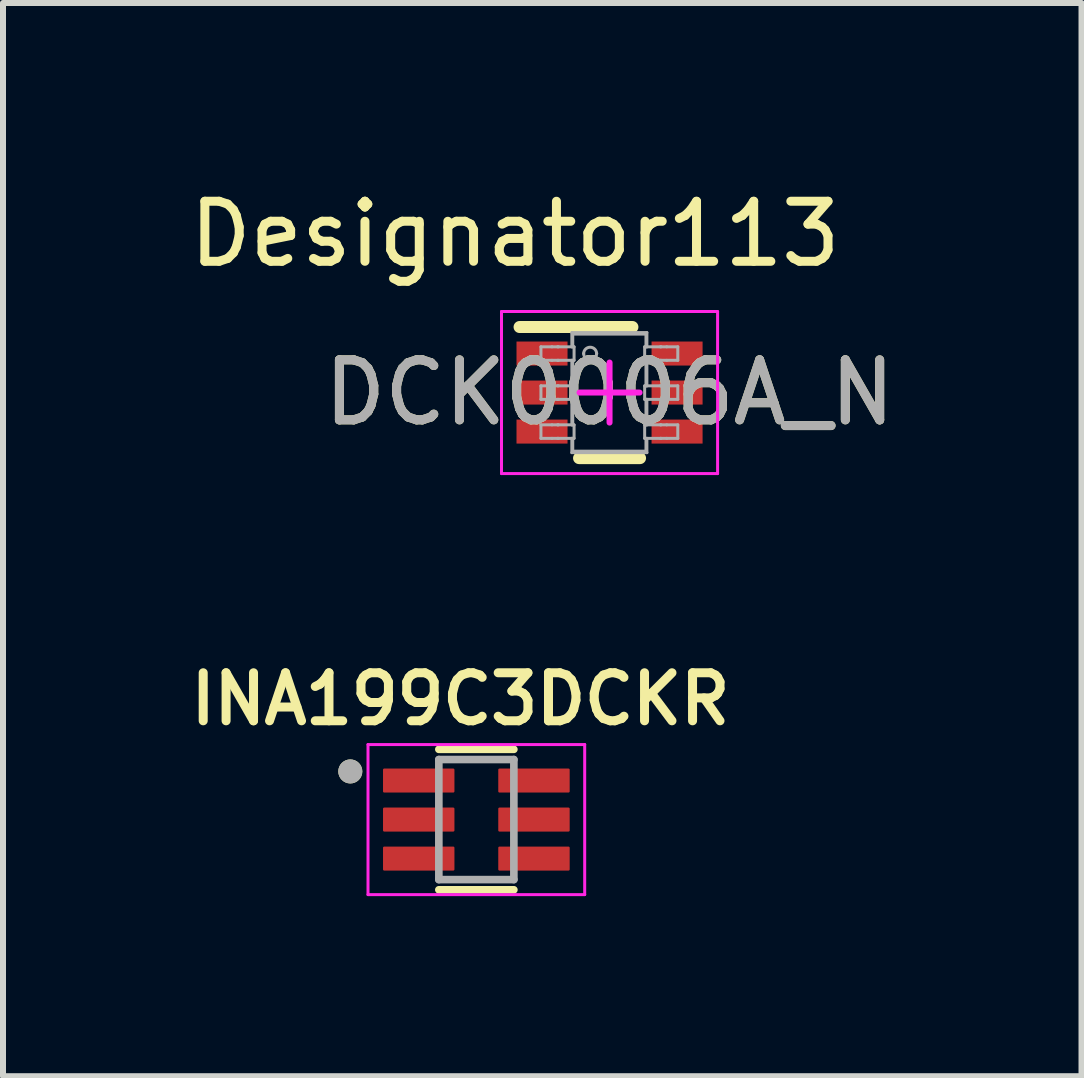
<source format=kicad_pcb>
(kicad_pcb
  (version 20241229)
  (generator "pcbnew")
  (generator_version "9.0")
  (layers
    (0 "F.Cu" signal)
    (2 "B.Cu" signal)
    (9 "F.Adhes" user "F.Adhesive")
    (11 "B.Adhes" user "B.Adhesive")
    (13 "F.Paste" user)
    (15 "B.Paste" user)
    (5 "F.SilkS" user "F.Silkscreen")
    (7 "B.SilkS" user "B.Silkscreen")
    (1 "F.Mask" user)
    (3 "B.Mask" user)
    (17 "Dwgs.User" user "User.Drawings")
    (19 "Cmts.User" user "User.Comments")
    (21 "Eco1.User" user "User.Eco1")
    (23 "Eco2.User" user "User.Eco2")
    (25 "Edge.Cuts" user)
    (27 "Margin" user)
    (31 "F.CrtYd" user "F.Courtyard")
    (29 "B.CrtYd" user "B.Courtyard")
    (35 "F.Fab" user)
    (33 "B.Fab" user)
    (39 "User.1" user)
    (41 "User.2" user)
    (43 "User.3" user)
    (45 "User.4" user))
  (footprint "INA199C3DCKR "
    (layer "F.Cu")
    (at 4.886 10.604)
    (property "Reference" "INA199C3DCKR " (at 0.04 -2.008 0) (layer "F.SilkS") (effects (font (size 0.8 0.8) (thickness 0.15))))
    (attr smd)
    (fp_line (start -0.625 -1.17) (end 0.625 -1.17) (stroke (width 0.127) (type solid)) (layer "F.SilkS"))
    (fp_line (start -0.625 1.17) (end 0.625 1.17) (stroke (width 0.127) (type solid)) (layer "F.SilkS"))
    (fp_circle (center -2.1 -0.802) (end -2 -0.802) (stroke (width 0.2) (type solid)) (fill no) (layer "F.SilkS"))
    (fp_line (start -1.805 -1.25) (end -1.805 1.25) (stroke (width 0.05) (type solid)) (layer "F.CrtYd"))
    (fp_line (start -1.805 1.25) (end 1.805 1.25) (stroke (width 0.05) (type solid)) (layer "F.CrtYd"))
    (fp_line (start 1.805 -1.25) (end -1.805 -1.25) (stroke (width 0.05) (type solid)) (layer "F.CrtYd"))
    (fp_line (start 1.805 1.25) (end 1.805 -1.25) (stroke (width 0.05) (type solid)) (layer "F.CrtYd"))
    (fp_line (start -0.625 -1) (end -0.625 1) (stroke (width 0.127) (type solid)) (layer "F.Fab"))
    (fp_line (start -0.625 1) (end 0.625 1) (stroke (width 0.127) (type solid)) (layer "F.Fab"))
    (fp_line (start 0.625 -1) (end -0.625 -1) (stroke (width 0.127) (type solid)) (layer "F.Fab"))
    (fp_line (start 0.625 1) (end 0.625 -1) (stroke (width 0.127) (type solid)) (layer "F.Fab"))
    (fp_circle (center -2.1 -0.802) (end -2 -0.802) (stroke (width 0.2) (type solid)) (fill no) (layer "F.Fab"))
    (pad "1" smd roundrect (at -0.96 -0.65) (size 1.19 0.4) (layers "F.Cu" "F.Mask" "F.Paste") (roundrect_rratio 0.05))
    (pad "2" smd roundrect (at -0.96 0) (size 1.19 0.4) (layers "F.Cu" "F.Mask" "F.Paste") (roundrect_rratio 0.05))
    (pad "3" smd roundrect (at -0.96 0.65) (size 1.19 0.4) (layers "F.Cu" "F.Mask" "F.Paste") (roundrect_rratio 0.05))
    (pad "4" smd roundrect (at 0.96 0.65) (size 1.19 0.4) (layers "F.Cu" "F.Mask" "F.Paste") (roundrect_rratio 0.05))
    (pad "5" smd roundrect (at 0.96 0) (size 1.19 0.4) (layers "F.Cu" "F.Mask" "F.Paste") (roundrect_rratio 0.05))
    (pad "6" smd roundrect (at 0.96 -0.65) (size 1.19 0.4) (layers "F.Cu" "F.Mask" "F.Paste") (roundrect_rratio 0.05)))
  (footprint "DCK0006A_N"
    (layer "F.Cu")
    (at 7.105 3.49)
    (property "Reference" "DCK0006A_N" (at 0 0 0) (unlocked yes) (layer "F.SilkS") (effects (font (size 1 1) (thickness 0.15))))
    (attr smd)
    (fp_line (start -1.499 -1.092) (end 0.381 -1.092) (stroke (width 0.2) (type solid)) (layer "F.SilkS"))
    (fp_line (start -0.508 1.092) (end 0.508 1.092) (stroke (width 0.2) (type solid)) (layer "F.SilkS"))
    (fp_line (start -1.8 -1.35) (end 1.8 -1.35) (stroke (width 0.05) (type solid)) (layer "F.CrtYd"))
    (fp_line (start -1.8 1.35) (end -1.8 -1.35) (stroke (width 0.05) (type solid)) (layer "F.CrtYd"))
    (fp_line (start -1.8 1.35) (end 1.8 1.35) (stroke (width 0.05) (type solid)) (layer "F.CrtYd"))
    (fp_line (start -0.5 0) (end 0.5 0) (stroke (width 0.1) (type solid)) (layer "F.CrtYd"))
    (fp_line (start -0.000003 0.5) (end -0.000003 -0.5) (stroke (width 0.1) (type solid)) (layer "F.CrtYd"))
    (fp_line (start 1.8 1.35) (end 1.8 -1.35) (stroke (width 0.05) (type solid)) (layer "F.CrtYd"))
    (fp_line (start -1.143 -0.762) (end -0.959 -0.762) (stroke (width 0.05) (type solid)) (layer "F.Fab"))
    (fp_line (start -1.143 -0.537) (end -1.143 -0.762) (stroke (width 0.05) (type solid)) (layer "F.Fab"))
    (fp_line (start -1.143 -0.537) (end -0.959 -0.537) (stroke (width 0.05) (type solid)) (layer "F.Fab"))
    (fp_line (start -1.143 -0.112) (end -0.959 -0.112) (stroke (width 0.05) (type solid)) (layer "F.Fab"))
    (fp_line (start -1.143 0.113) (end -1.143 -0.112) (stroke (width 0.05) (type solid)) (layer "F.Fab"))
    (fp_line (start -1.143 0.113) (end -0.959 0.113) (stroke (width 0.05) (type solid)) (layer "F.Fab"))
    (fp_line (start -1.143 0.538) (end -0.959 0.538) (stroke (width 0.05) (type solid)) (layer "F.Fab"))
    (fp_line (start -1.143 0.763) (end -1.143 0.538) (stroke (width 0.05) (type solid)) (layer "F.Fab"))
    (fp_line (start -1.143 0.763) (end -0.959 0.763) (stroke (width 0.05) (type solid)) (layer "F.Fab"))
    (fp_line (start -0.959 -0.762) (end -0.865 -0.762) (stroke (width 0.05) (type solid)) (layer "F.Fab"))
    (fp_line (start -0.959 -0.537) (end -0.865 -0.537) (stroke (width 0.05) (type solid)) (layer "F.Fab"))
    (fp_line (start -0.959 -0.112) (end -0.865 -0.112) (stroke (width 0.05) (type solid)) (layer "F.Fab"))
    (fp_line (start -0.959 0.113) (end -0.865 0.113) (stroke (width 0.05) (type solid)) (layer "F.Fab"))
    (fp_line (start -0.959 0.538) (end -0.865 0.538) (stroke (width 0.05) (type solid)) (layer "F.Fab"))
    (fp_line (start -0.959 0.763) (end -0.865 0.763) (stroke (width 0.05) (type solid)) (layer "F.Fab"))
    (fp_line (start -0.865 -0.762) (end -0.853 -0.762) (stroke (width 0.05) (type solid)) (layer "F.Fab"))
    (fp_line (start -0.865 -0.537) (end -0.853 -0.537) (stroke (width 0.05) (type solid)) (layer "F.Fab"))
    (fp_line (start -0.865 -0.112) (end -0.853 -0.112) (stroke (width 0.05) (type solid)) (layer "F.Fab"))
    (fp_line (start -0.865 0.113) (end -0.853 0.113) (stroke (width 0.05) (type solid)) (layer "F.Fab"))
    (fp_line (start -0.865 0.538) (end -0.853 0.538) (stroke (width 0.05) (type solid)) (layer "F.Fab"))
    (fp_line (start -0.865 0.763) (end -0.853 0.763) (stroke (width 0.05) (type solid)) (layer "F.Fab"))
    (fp_line (start -0.853 -0.762) (end -0.628 -0.762) (stroke (width 0.05) (type solid)) (layer "F.Fab"))
    (fp_line (start -0.853 -0.537) (end -0.628 -0.537) (stroke (width 0.05) (type solid)) (layer "F.Fab"))
    (fp_line (start -0.853 -0.112) (end -0.628 -0.112) (stroke (width 0.05) (type solid)) (layer "F.Fab"))
    (fp_line (start -0.853 0.113) (end -0.628 0.113) (stroke (width 0.05) (type solid)) (layer "F.Fab"))
    (fp_line (start -0.853 0.538) (end -0.628 0.538) (stroke (width 0.05) (type solid)) (layer "F.Fab"))
    (fp_line (start -0.853 0.763) (end -0.628 0.763) (stroke (width 0.05) (type solid)) (layer "F.Fab"))
    (fp_line (start -0.628 -0.999) (end 0.622 -0.999) (stroke (width 0.05) (type solid)) (layer "F.Fab"))
    (fp_line (start -0.628 -0.762) (end -0.628 -0.999) (stroke (width 0.05) (type solid)) (layer "F.Fab"))
    (fp_line (start -0.628 -0.762) (end -0.591 -0.762) (stroke (width 0.05) (type solid)) (layer "F.Fab"))
    (fp_line (start -0.628 -0.537) (end -0.591 -0.537) (stroke (width 0.05) (type solid)) (layer "F.Fab"))
    (fp_line (start -0.628 -0.112) (end -0.628 -0.537) (stroke (width 0.05) (type solid)) (layer "F.Fab"))
    (fp_line (start -0.628 -0.112) (end -0.591 -0.112) (stroke (width 0.05) (type solid)) (layer "F.Fab"))
    (fp_line (start -0.628 0.113) (end -0.591 0.113) (stroke (width 0.05) (type solid)) (layer "F.Fab"))
    (fp_line (start -0.628 0.538) (end -0.628 0.113) (stroke (width 0.05) (type solid)) (layer "F.Fab"))
    (fp_line (start -0.628 0.538) (end -0.591 0.538) (stroke (width 0.05) (type solid)) (layer "F.Fab"))
    (fp_line (start -0.628 0.763) (end -0.591 0.763) (stroke (width 0.05) (type solid)) (layer "F.Fab"))
    (fp_line (start -0.628 1.001) (end -0.628 0.763) (stroke (width 0.05) (type solid)) (layer "F.Fab"))
    (fp_line (start -0.628 1.001) (end 0.622 1.001) (stroke (width 0.05) (type solid)) (layer "F.Fab"))
    (fp_line (start -0.613 -0.974) (end 0.607 -0.974) (stroke (width 0.05) (type solid)) (layer "F.Fab"))
    (fp_line (start -0.613 -0.762) (end -0.613 -0.974) (stroke (width 0.05) (type solid)) (layer "F.Fab"))
    (fp_line (start -0.613 -0.112) (end -0.613 -0.537) (stroke (width 0.05) (type solid)) (layer "F.Fab"))
    (fp_line (start -0.613 0.538) (end -0.613 0.113) (stroke (width 0.05) (type solid)) (layer "F.Fab"))
    (fp_line (start -0.613 0.976) (end -0.613 0.763) (stroke (width 0.05) (type solid)) (layer "F.Fab"))
    (fp_line (start -0.613 0.976) (end 0.607 0.976) (stroke (width 0.05) (type solid)) (layer "F.Fab"))
    (fp_line (start -0.591 -0.537) (end -0.591 -0.762) (stroke (width 0.05) (type solid)) (layer "F.Fab"))
    (fp_line (start -0.591 0.113) (end -0.591 -0.112) (stroke (width 0.05) (type solid)) (layer "F.Fab"))
    (fp_line (start -0.591 0.763) (end -0.591 0.538) (stroke (width 0.05) (type solid)) (layer "F.Fab"))
    (fp_line (start 0.585 -0.762) (end 0.622 -0.762) (stroke (width 0.05) (type solid)) (layer "F.Fab"))
    (fp_line (start 0.585 -0.537) (end 0.585 -0.762) (stroke (width 0.05) (type solid)) (layer "F.Fab"))
    (fp_line (start 0.585 -0.537) (end 0.622 -0.537) (stroke (width 0.05) (type solid)) (layer "F.Fab"))
    (fp_line (start 0.585 -0.112) (end 0.622 -0.112) (stroke (width 0.05) (type solid)) (layer "F.Fab"))
    (fp_line (start 0.585 0.113) (end 0.585 -0.112) (stroke (width 0.05) (type solid)) (layer "F.Fab"))
    (fp_line (start 0.585 0.113) (end 0.622 0.113) (stroke (width 0.05) (type solid)) (layer "F.Fab"))
    (fp_line (start 0.585 0.538) (end 0.622 0.538) (stroke (width 0.05) (type solid)) (layer "F.Fab"))
    (fp_line (start 0.585 0.763) (end 0.585 0.538) (stroke (width 0.05) (type solid)) (layer "F.Fab"))
    (fp_line (start 0.585 0.763) (end 0.622 0.763) (stroke (width 0.05) (type solid)) (layer "F.Fab"))
    (fp_line (start 0.607 -0.762) (end 0.607 -0.974) (stroke (width 0.05) (type solid)) (layer "F.Fab"))
    (fp_line (start 0.607 -0.112) (end 0.607 -0.537) (stroke (width 0.05) (type solid)) (layer "F.Fab"))
    (fp_line (start 0.607 0.538) (end 0.607 0.113) (stroke (width 0.05) (type solid)) (layer "F.Fab"))
    (fp_line (start 0.607 0.976) (end 0.607 0.763) (stroke (width 0.05) (type solid)) (layer "F.Fab"))
    (fp_line (start 0.622 -0.762) (end 0.622 -0.999) (stroke (width 0.05) (type solid)) (layer "F.Fab"))
    (fp_line (start 0.622 -0.762) (end 0.847 -0.762) (stroke (width 0.05) (type solid)) (layer "F.Fab"))
    (fp_line (start 0.622 -0.537) (end 0.847 -0.537) (stroke (width 0.05) (type solid)) (layer "F.Fab"))
    (fp_line (start 0.622 -0.112) (end 0.622 -0.537) (stroke (width 0.05) (type solid)) (layer "F.Fab"))
    (fp_line (start 0.622 -0.112) (end 0.847 -0.112) (stroke (width 0.05) (type solid)) (layer "F.Fab"))
    (fp_line (start 0.622 0.113) (end 0.847 0.113) (stroke (width 0.05) (type solid)) (layer "F.Fab"))
    (fp_line (start 0.622 0.538) (end 0.622 0.113) (stroke (width 0.05) (type solid)) (layer "F.Fab"))
    (fp_line (start 0.622 0.538) (end 0.847 0.538) (stroke (width 0.05) (type solid)) (layer "F.Fab"))
    (fp_line (start 0.622 0.763) (end 0.847 0.763) (stroke (width 0.05) (type solid)) (layer "F.Fab"))
    (fp_line (start 0.622 1.001) (end 0.622 0.763) (stroke (width 0.05) (type solid)) (layer "F.Fab"))
    (fp_line (start 0.847 -0.762) (end 0.859 -0.762) (stroke (width 0.05) (type solid)) (layer "F.Fab"))
    (fp_line (start 0.847 -0.537) (end 0.859 -0.537) (stroke (width 0.05) (type solid)) (layer "F.Fab"))
    (fp_line (start 0.847 -0.112) (end 0.859 -0.112) (stroke (width 0.05) (type solid)) (layer "F.Fab"))
    (fp_line (start 0.847 0.113) (end 0.859 0.113) (stroke (width 0.05) (type solid)) (layer "F.Fab"))
    (fp_line (start 0.847 0.538) (end 0.859 0.538) (stroke (width 0.05) (type solid)) (layer "F.Fab"))
    (fp_line (start 0.847 0.763) (end 0.859 0.763) (stroke (width 0.05) (type solid)) (layer "F.Fab"))
    (fp_line (start 0.859 -0.762) (end 0.953 -0.762) (stroke (width 0.05) (type solid)) (layer "F.Fab"))
    (fp_line (start 0.859 -0.537) (end 0.953 -0.537) (stroke (width 0.05) (type solid)) (layer "F.Fab"))
    (fp_line (start 0.859 -0.112) (end 0.953 -0.112) (stroke (width 0.05) (type solid)) (layer "F.Fab"))
    (fp_line (start 0.859 0.113) (end 0.953 0.113) (stroke (width 0.05) (type solid)) (layer "F.Fab"))
    (fp_line (start 0.859 0.538) (end 0.953 0.538) (stroke (width 0.05) (type solid)) (layer "F.Fab"))
    (fp_line (start 0.859 0.763) (end 0.953 0.763) (stroke (width 0.05) (type solid)) (layer "F.Fab"))
    (fp_line (start 0.953 -0.762) (end 1.137 -0.762) (stroke (width 0.05) (type solid)) (layer "F.Fab"))
    (fp_line (start 0.953 -0.537) (end 1.137 -0.537) (stroke (width 0.05) (type solid)) (layer "F.Fab"))
    (fp_line (start 0.953 -0.112) (end 1.137 -0.112) (stroke (width 0.05) (type solid)) (layer "F.Fab"))
    (fp_line (start 0.953 0.113) (end 1.137 0.113) (stroke (width 0.05) (type solid)) (layer "F.Fab"))
    (fp_line (start 0.953 0.538) (end 1.137 0.538) (stroke (width 0.05) (type solid)) (layer "F.Fab"))
    (fp_line (start 0.953 0.763) (end 1.137 0.763) (stroke (width 0.05) (type solid)) (layer "F.Fab"))
    (fp_line (start 1.137 -0.537) (end 1.137 -0.762) (stroke (width 0.05) (type solid)) (layer "F.Fab"))
    (fp_line (start 1.137 0.113) (end 1.137 -0.112) (stroke (width 0.05) (type solid)) (layer "F.Fab"))
    (fp_line (start 1.137 0.763) (end 1.137 0.538) (stroke (width 0.05) (type solid)) (layer "F.Fab"))
    (fp_arc (start -0.431546 -0.650138) (mid -0.323177 -0.758507) (end -0.214808 -0.650138) (stroke (width 0.05) (type solid)) (layer "F.Fab"))
    (fp_arc (start -0.214808 -0.650138) (mid -0.323177 -0.541769) (end -0.431546 -0.650138) (stroke (width 0.05) (type solid)) (layer "F.Fab"))
    (fp_text user "Designator113" (at -1.575 -2.642 0) (unlocked yes) (layer "F.SilkS") (effects (font (size 1 1) (thickness 0.15))))
    (fp_text user "${REFERENCE}" (at 0 0 0) (unlocked yes) (layer "F.Fab") (effects (font (size 1 1) (thickness 0.15))))
    (pad "1" smd rect (at -1.125 -0.65 90) (size 0.4 0.85) (layers "F.Cu" "F.Mask" "F.Paste"))
    (pad "2" smd rect (at -1.125 0 90) (size 0.4 0.85) (layers "F.Cu" "F.Mask" "F.Paste"))
    (pad "3" smd rect (at -1.125 0.65 90) (size 0.4 0.85) (layers "F.Cu" "F.Mask" "F.Paste"))
    (pad "4" smd rect (at 1.125 0.65 90) (size 0.4 0.85) (layers "F.Cu" "F.Mask" "F.Paste"))
    (pad "5" smd rect (at 1.125 0 90) (size 0.4 0.85) (layers "F.Cu" "F.Mask" "F.Paste"))
    (pad "6" smd rect (at 1.125 -0.65 90) (size 0.4 0.85) (layers "F.Cu" "F.Mask" "F.Paste")))
  (gr_rect
    (start -3 -3)
    (end 14.968 14.879)
    (stroke (width 0.1) (type default))
    (fill no)
    (layer "Edge.Cuts")))
</source>
